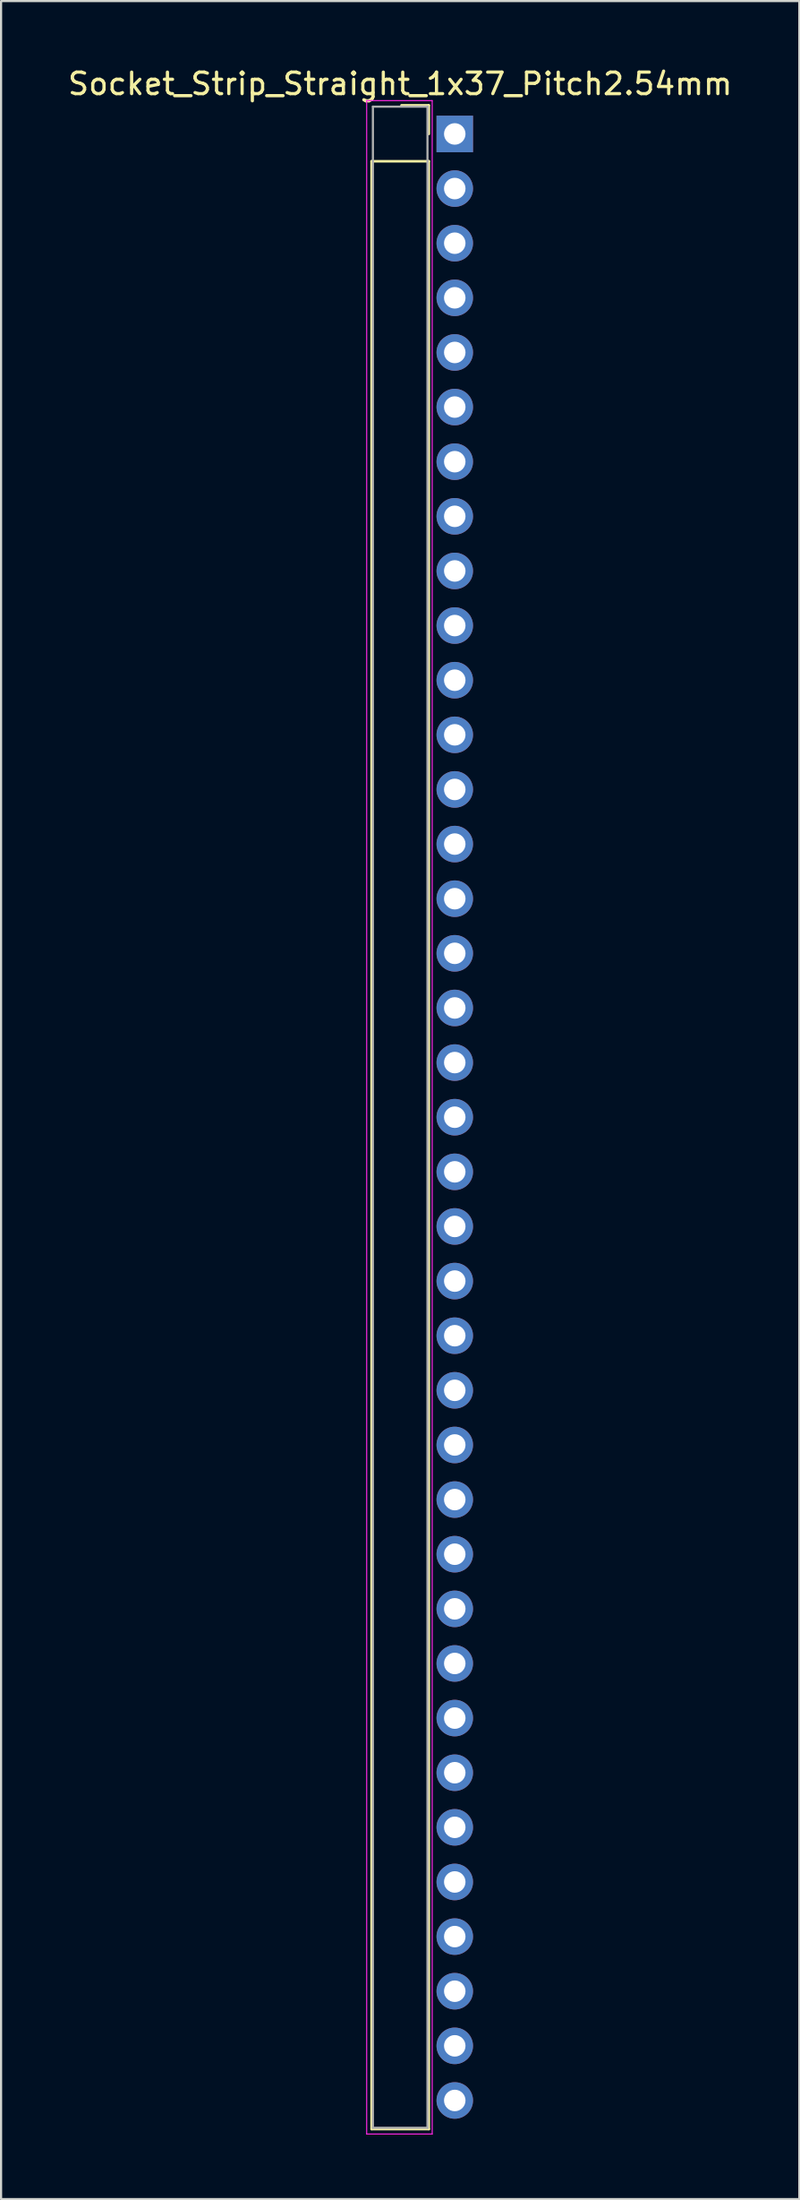
<source format=kicad_pcb>
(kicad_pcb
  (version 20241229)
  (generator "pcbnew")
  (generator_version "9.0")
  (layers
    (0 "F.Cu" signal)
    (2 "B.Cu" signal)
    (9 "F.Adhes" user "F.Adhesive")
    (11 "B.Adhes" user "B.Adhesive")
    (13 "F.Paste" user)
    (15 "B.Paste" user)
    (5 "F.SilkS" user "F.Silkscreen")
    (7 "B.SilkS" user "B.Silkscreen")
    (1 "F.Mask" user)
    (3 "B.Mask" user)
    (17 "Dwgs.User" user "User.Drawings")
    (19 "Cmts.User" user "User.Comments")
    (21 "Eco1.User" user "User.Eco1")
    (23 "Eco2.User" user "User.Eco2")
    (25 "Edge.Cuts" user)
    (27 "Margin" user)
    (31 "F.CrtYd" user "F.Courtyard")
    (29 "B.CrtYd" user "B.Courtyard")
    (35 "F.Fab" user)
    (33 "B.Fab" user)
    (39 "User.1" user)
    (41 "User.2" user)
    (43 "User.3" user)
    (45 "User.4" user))
  (footprint "Socket_Strip_Straight_1x37_Pitch2.54mm"
    (layer "F.Cu")
    (at 18.117 3.178)
    (property "Reference" "Socket_Strip_Straight_1x37_Pitch2.54mm" (at -2.54 -2.33 0) (layer "F.SilkS") (effects (font (size 1 1) (thickness 0.15))))
    (attr through_hole)
    (fp_line (start -3.87 1.27) (end -3.87 92.77) (stroke (width 0.12) (type solid)) (layer "F.SilkS"))
    (fp_line (start -3.87 92.77) (end -1.21 92.77) (stroke (width 0.12) (type solid)) (layer "F.SilkS"))
    (fp_line (start -1.21 -1.33) (end -2.48 -1.33) (stroke (width 0.12) (type solid)) (layer "F.SilkS"))
    (fp_line (start -1.21 0) (end -1.21 -1.33) (stroke (width 0.12) (type solid)) (layer "F.SilkS"))
    (fp_line (start -1.21 1.27) (end -3.87 1.27) (stroke (width 0.12) (type solid)) (layer "F.SilkS"))
    (fp_line (start -1.21 92.77) (end -1.21 1.27) (stroke (width 0.12) (type solid)) (layer "F.SilkS"))
    (fp_line (start -4.1 -1.55) (end -4.1 93) (stroke (width 0.05) (type solid)) (layer "F.CrtYd"))
    (fp_line (start -4.1 93) (end -1.05 93) (stroke (width 0.05) (type solid)) (layer "F.CrtYd"))
    (fp_line (start -1.05 -1.55) (end -4.1 -1.55) (stroke (width 0.05) (type solid)) (layer "F.CrtYd"))
    (fp_line (start -1.05 93) (end -1.05 -1.55) (stroke (width 0.05) (type solid)) (layer "F.CrtYd"))
    (fp_line (start -3.81 -1.27) (end -3.81 92.71) (stroke (width 0.1) (type solid)) (layer "F.Fab"))
    (fp_line (start -3.81 92.71) (end -1.27 92.71) (stroke (width 0.1) (type solid)) (layer "F.Fab"))
    (fp_line (start -1.27 -1.27) (end -3.81 -1.27) (stroke (width 0.1) (type solid)) (layer "F.Fab"))
    (fp_line (start -1.27 92.71) (end -1.27 -1.27) (stroke (width 0.1) (type solid)) (layer "F.Fab"))
    (pad "1" thru_hole rect (at 0 0) (size 1.7 1.7) (drill 1) (layers "*.Cu" "*.Mask"))
    (pad "2" thru_hole oval (at 0 2.54) (size 1.7 1.7) (drill 1) (layers "*.Cu" "*.Mask"))
    (pad "3" thru_hole oval (at 0 5.08) (size 1.7 1.7) (drill 1) (layers "*.Cu" "*.Mask"))
    (pad "4" thru_hole oval (at 0 7.62) (size 1.7 1.7) (drill 1) (layers "*.Cu" "*.Mask"))
    (pad "5" thru_hole oval (at 0 10.16) (size 1.7 1.7) (drill 1) (layers "*.Cu" "*.Mask"))
    (pad "6" thru_hole oval (at 0 12.7) (size 1.7 1.7) (drill 1) (layers "*.Cu" "*.Mask"))
    (pad "7" thru_hole oval (at 0 15.24) (size 1.7 1.7) (drill 1) (layers "*.Cu" "*.Mask"))
    (pad "8" thru_hole oval (at 0 17.78) (size 1.7 1.7) (drill 1) (layers "*.Cu" "*.Mask"))
    (pad "9" thru_hole oval (at 0 20.32) (size 1.7 1.7) (drill 1) (layers "*.Cu" "*.Mask"))
    (pad "10" thru_hole oval (at 0 22.86) (size 1.7 1.7) (drill 1) (layers "*.Cu" "*.Mask"))
    (pad "11" thru_hole oval (at 0 25.4) (size 1.7 1.7) (drill 1) (layers "*.Cu" "*.Mask"))
    (pad "12" thru_hole oval (at 0 27.94) (size 1.7 1.7) (drill 1) (layers "*.Cu" "*.Mask"))
    (pad "13" thru_hole oval (at 0 30.48) (size 1.7 1.7) (drill 1) (layers "*.Cu" "*.Mask"))
    (pad "14" thru_hole oval (at 0 33.02) (size 1.7 1.7) (drill 1) (layers "*.Cu" "*.Mask"))
    (pad "15" thru_hole oval (at 0 35.56) (size 1.7 1.7) (drill 1) (layers "*.Cu" "*.Mask"))
    (pad "16" thru_hole oval (at 0 38.1) (size 1.7 1.7) (drill 1) (layers "*.Cu" "*.Mask"))
    (pad "17" thru_hole oval (at 0 40.64) (size 1.7 1.7) (drill 1) (layers "*.Cu" "*.Mask"))
    (pad "18" thru_hole oval (at 0 43.18) (size 1.7 1.7) (drill 1) (layers "*.Cu" "*.Mask"))
    (pad "19" thru_hole oval (at 0 45.72) (size 1.7 1.7) (drill 1) (layers "*.Cu" "*.Mask"))
    (pad "20" thru_hole oval (at 0 48.26) (size 1.7 1.7) (drill 1) (layers "*.Cu" "*.Mask"))
    (pad "21" thru_hole oval (at 0 50.8) (size 1.7 1.7) (drill 1) (layers "*.Cu" "*.Mask"))
    (pad "22" thru_hole oval (at 0 53.34) (size 1.7 1.7) (drill 1) (layers "*.Cu" "*.Mask"))
    (pad "23" thru_hole oval (at 0 55.88) (size 1.7 1.7) (drill 1) (layers "*.Cu" "*.Mask"))
    (pad "24" thru_hole oval (at 0 58.42) (size 1.7 1.7) (drill 1) (layers "*.Cu" "*.Mask"))
    (pad "25" thru_hole oval (at 0 60.96) (size 1.7 1.7) (drill 1) (layers "*.Cu" "*.Mask"))
    (pad "26" thru_hole oval (at 0 63.5) (size 1.7 1.7) (drill 1) (layers "*.Cu" "*.Mask"))
    (pad "27" thru_hole oval (at 0 66.04) (size 1.7 1.7) (drill 1) (layers "*.Cu" "*.Mask"))
    (pad "28" thru_hole oval (at 0 68.58) (size 1.7 1.7) (drill 1) (layers "*.Cu" "*.Mask"))
    (pad "29" thru_hole oval (at 0 71.12) (size 1.7 1.7) (drill 1) (layers "*.Cu" "*.Mask"))
    (pad "30" thru_hole oval (at 0 73.66) (size 1.7 1.7) (drill 1) (layers "*.Cu" "*.Mask"))
    (pad "31" thru_hole oval (at 0 76.2) (size 1.7 1.7) (drill 1) (layers "*.Cu" "*.Mask"))
    (pad "32" thru_hole oval (at 0 78.74) (size 1.7 1.7) (drill 1) (layers "*.Cu" "*.Mask"))
    (pad "33" thru_hole oval (at 0 81.28) (size 1.7 1.7) (drill 1) (layers "*.Cu" "*.Mask"))
    (pad "34" thru_hole oval (at 0 83.82) (size 1.7 1.7) (drill 1) (layers "*.Cu" "*.Mask"))
    (pad "35" thru_hole oval (at 0 86.36) (size 1.7 1.7) (drill 1) (layers "*.Cu" "*.Mask"))
    (pad "36" thru_hole oval (at 0 88.9) (size 1.7 1.7) (drill 1) (layers "*.Cu" "*.Mask"))
    (pad "37" thru_hole oval (at 0 91.44) (size 1.7 1.7) (drill 1) (layers "*.Cu" "*.Mask")))
  (gr_rect
    (start -3 -3)
    (end 34.155 99.203)
    (stroke (width 0.1) (type default))
    (fill no)
    (layer "Edge.Cuts")))
</source>
